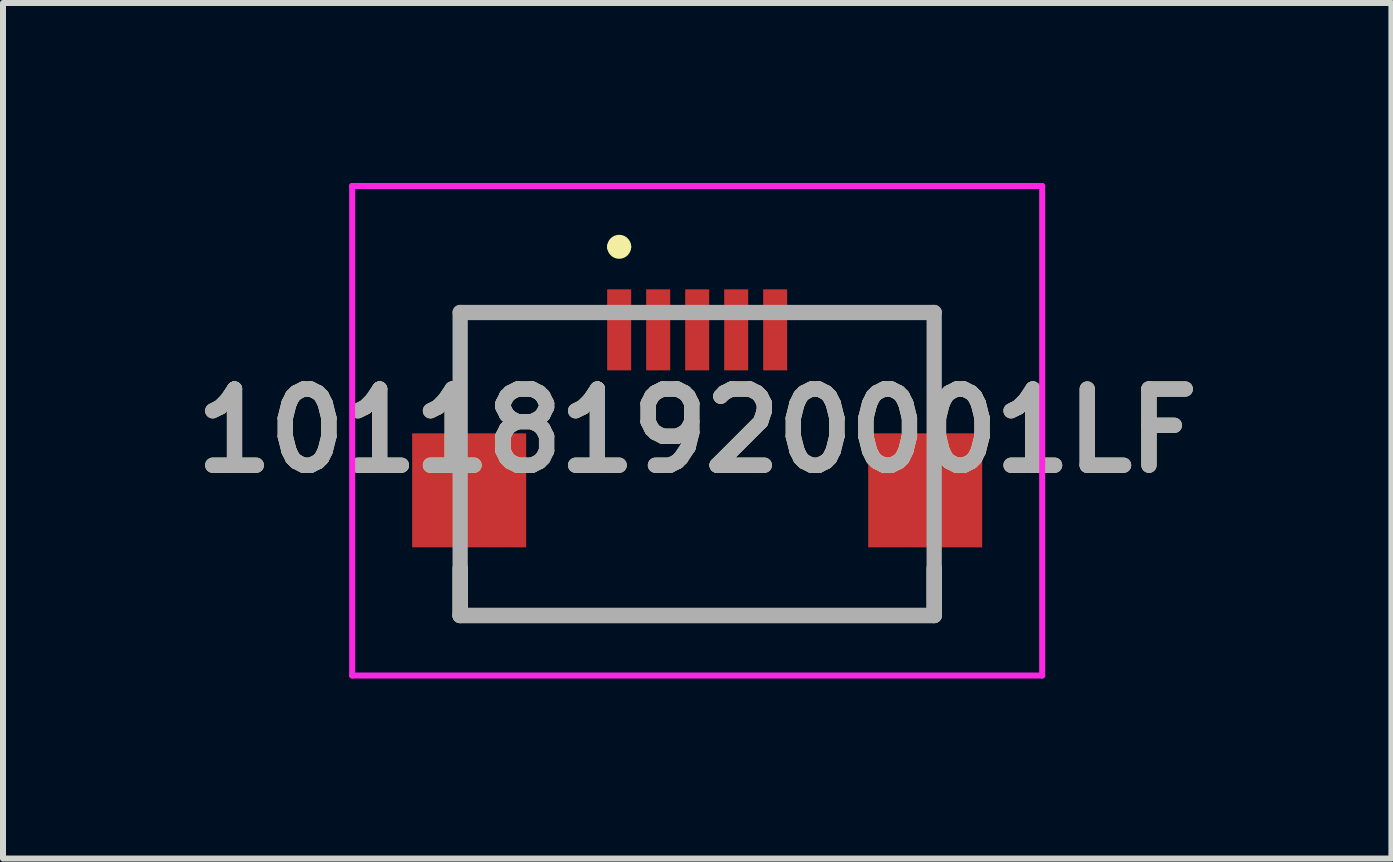
<source format=kicad_pcb>
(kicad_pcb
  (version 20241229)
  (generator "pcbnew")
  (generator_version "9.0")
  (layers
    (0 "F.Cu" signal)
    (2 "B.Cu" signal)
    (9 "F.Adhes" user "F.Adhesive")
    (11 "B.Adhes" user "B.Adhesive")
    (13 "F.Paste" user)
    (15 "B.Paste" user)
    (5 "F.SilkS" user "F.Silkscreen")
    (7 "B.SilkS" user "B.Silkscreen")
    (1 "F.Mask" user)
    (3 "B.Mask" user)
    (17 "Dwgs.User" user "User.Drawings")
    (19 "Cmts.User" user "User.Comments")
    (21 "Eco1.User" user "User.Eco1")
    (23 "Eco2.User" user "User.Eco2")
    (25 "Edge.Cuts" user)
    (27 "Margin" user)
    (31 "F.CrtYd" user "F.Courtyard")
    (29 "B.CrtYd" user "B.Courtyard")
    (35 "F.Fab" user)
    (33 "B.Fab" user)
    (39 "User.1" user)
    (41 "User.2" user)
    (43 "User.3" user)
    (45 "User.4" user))
  (footprint "101181920001LF"
    (layer "F.Cu")
    (at 8.569 4.129)
    (property "Reference" "101181920001LF" (at 0 0 0) (layer "F.SilkS") (effects (font (size 1.27 1.27) (thickness 0.254))))
    (attr smd)
    (fp_line (start -3.95 3.079) (end -3.95 2.293) (stroke (width 0.254) (type solid)) (layer "F.SilkS"))
    (fp_line (start -1.4 -3.066) (end -1.4 -3.066) (stroke (width 0.2) (type solid)) (layer "F.SilkS"))
    (fp_line (start -1.2 -3.066) (end -1.2 -3.066) (stroke (width 0.2) (type solid)) (layer "F.SilkS"))
    (fp_line (start 3.95 3.079) (end -3.95 3.079) (stroke (width 0.254) (type solid)) (layer "F.SilkS"))
    (fp_line (start 3.95 3.079) (end 3.95 2.293) (stroke (width 0.254) (type solid)) (layer "F.SilkS"))
    (fp_arc (start -1.4 -3.066) (mid -1.3 -3.166) (end -1.2 -3.066) (stroke (width 0.2) (type solid)) (layer "F.SilkS"))
    (fp_arc (start -1.2 -3.066) (mid -1.3 -2.966) (end -1.4 -3.066) (stroke (width 0.2) (type solid)) (layer "F.SilkS"))
    (fp_line (start -5.75 -4.079) (end 5.75 -4.079) (stroke (width 0.1) (type solid)) (layer "F.CrtYd"))
    (fp_line (start -5.75 4.079) (end -5.75 -4.079) (stroke (width 0.1) (type solid)) (layer "F.CrtYd"))
    (fp_line (start 5.75 -4.079) (end 5.75 4.079) (stroke (width 0.1) (type solid)) (layer "F.CrtYd"))
    (fp_line (start 5.75 4.079) (end -5.75 4.079) (stroke (width 0.1) (type solid)) (layer "F.CrtYd"))
    (fp_line (start -3.95 -1.971) (end 3.95 -1.971) (stroke (width 0.254) (type solid)) (layer "F.Fab"))
    (fp_line (start -3.95 3.079) (end -3.95 -1.971) (stroke (width 0.254) (type solid)) (layer "F.Fab"))
    (fp_line (start 3.95 -1.971) (end 3.95 3.079) (stroke (width 0.254) (type solid)) (layer "F.Fab"))
    (fp_line (start 3.95 3.079) (end -3.95 3.079) (stroke (width 0.254) (type solid)) (layer "F.Fab"))
    (fp_text user "${REFERENCE}" (at 0 0 0) (layer "F.Fab") (effects (font (size 1.27 1.27) (thickness 0.254))))
    (pad "1" smd rect (at -1.3 -1.682) (size 0.4 1.35) (layers "F.Cu" "F.Mask" "F.Paste"))
    (pad "2" smd rect (at -0.65 -1.682) (size 0.4 1.35) (layers "F.Cu" "F.Mask" "F.Paste"))
    (pad "3" smd rect (at 0 -1.682) (size 0.4 1.35) (layers "F.Cu" "F.Mask" "F.Paste"))
    (pad "4" smd rect (at 0.65 -1.682) (size 0.4 1.35) (layers "F.Cu" "F.Mask" "F.Paste"))
    (pad "5" smd rect (at 1.3 -1.682) (size 0.4 1.35) (layers "F.Cu" "F.Mask" "F.Paste"))
    (pad "6" smd rect (at -3.8 0.993 90) (size 1.9 1.9) (layers "F.Cu" "F.Mask" "F.Paste"))
    (pad "6" smd rect (at 3.8 0.993 90) (size 1.9 1.9) (layers "F.Cu" "F.Mask" "F.Paste")))
  (gr_rect
    (start -3 -3)
    (end 20.139 11.258)
    (stroke (width 0.1) (type default))
    (fill no)
    (layer "Edge.Cuts")))
</source>
